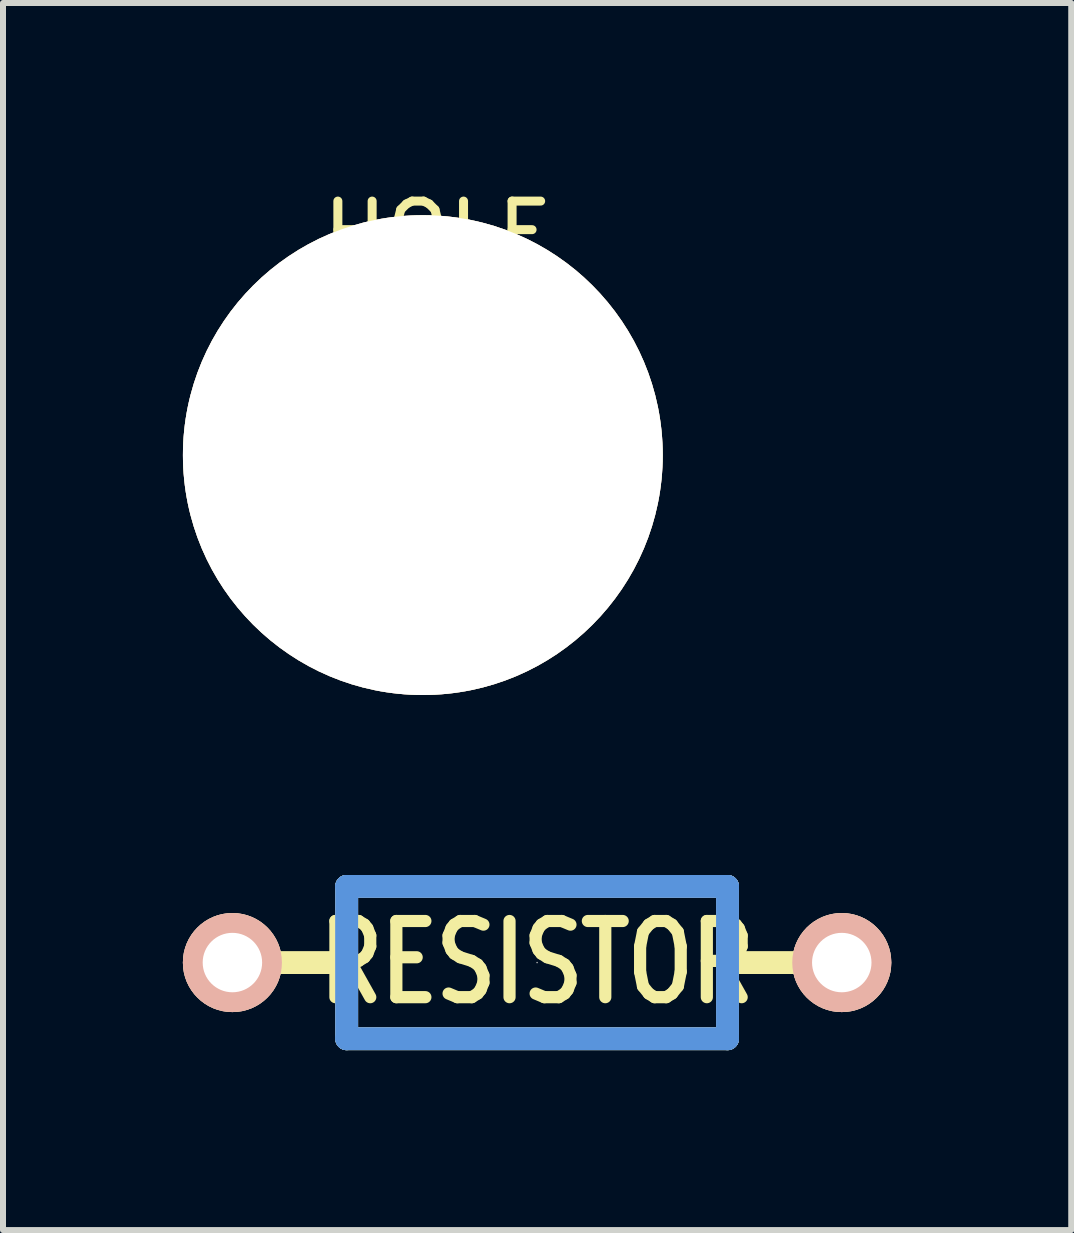
<source format=kicad_pcb>
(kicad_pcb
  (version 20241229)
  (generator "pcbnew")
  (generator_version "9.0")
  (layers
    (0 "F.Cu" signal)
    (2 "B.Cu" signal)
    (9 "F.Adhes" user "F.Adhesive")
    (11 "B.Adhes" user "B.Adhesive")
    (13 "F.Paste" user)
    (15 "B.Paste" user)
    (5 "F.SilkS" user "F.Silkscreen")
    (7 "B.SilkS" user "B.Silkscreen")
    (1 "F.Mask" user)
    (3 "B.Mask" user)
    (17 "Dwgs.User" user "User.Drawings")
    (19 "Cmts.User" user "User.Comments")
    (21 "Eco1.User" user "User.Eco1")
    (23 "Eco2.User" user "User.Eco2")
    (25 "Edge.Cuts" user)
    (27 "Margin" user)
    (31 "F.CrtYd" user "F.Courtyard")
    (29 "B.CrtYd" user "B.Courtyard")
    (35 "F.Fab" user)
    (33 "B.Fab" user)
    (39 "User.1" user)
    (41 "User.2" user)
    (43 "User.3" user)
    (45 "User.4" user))
  (footprint "RESISTOR"
    (layer "F.Cu")
    (at 5.905 12.999)
    (property "Reference" "RESISTOR" (at 0 0 0) (layer "F.SilkS") (effects (font (size 1.27 1.016) (thickness 0.203))))
    (attr through_hole)
    (fp_line (start -5.08 0) (end -3.175 0) (stroke (width 0.381) (type solid)) (layer "F.SilkS"))
    (fp_line (start -3.175 -1.27) (end 3.175 -1.27) (stroke (width 0.381) (type solid)) (layer "F.SilkS"))
    (fp_line (start -3.175 1.27) (end -3.175 -1.27) (stroke (width 0.381) (type solid)) (layer "F.SilkS"))
    (fp_line (start 3.175 -1.27) (end 3.175 1.27) (stroke (width 0.381) (type solid)) (layer "F.SilkS"))
    (fp_line (start 3.175 1.27) (end -3.175 1.27) (stroke (width 0.381) (type solid)) (layer "F.SilkS"))
    (fp_line (start 5.08 0) (end 3.175 0) (stroke (width 0.381) (type solid)) (layer "F.SilkS"))
    (fp_line (start -3.175 -1.27) (end 3.175 -1.27) (stroke (width 0.381) (type solid)) (layer "Dwgs.User"))
    (fp_line (start -3.175 1.27) (end -3.175 -1.27) (stroke (width 0.381) (type solid)) (layer "Dwgs.User"))
    (fp_line (start 0 0) (end 0 0) (stroke (width 0.025) (type solid)) (layer "Dwgs.User"))
    (fp_line (start 3.175 -1.27) (end 3.175 1.27) (stroke (width 0.381) (type solid)) (layer "Dwgs.User"))
    (fp_line (start 3.175 1.27) (end -3.175 1.27) (stroke (width 0.381) (type solid)) (layer "Dwgs.User"))
    (fp_line (start -3.175 -1.27) (end 3.175 -1.27) (stroke (width 0.381) (type solid)) (layer "Cmts.User"))
    (fp_line (start -3.175 1.27) (end -3.175 -1.27) (stroke (width 0.381) (type solid)) (layer "Cmts.User"))
    (fp_line (start 3.175 -1.27) (end 3.175 1.27) (stroke (width 0.381) (type solid)) (layer "Cmts.User"))
    (fp_line (start 3.175 1.27) (end -3.175 1.27) (stroke (width 0.381) (type solid)) (layer "Cmts.User"))
    (pad "1" thru_hole circle (at -5.08 0) (size 1.651 1.651) (drill 0.991) (layers "*.Cu" "*.SilkS" "*.Mask"))
    (pad "2" thru_hole circle (at 5.08 0) (size 1.651 1.651) (drill 0.991) (layers "*.Cu" "*.SilkS" "*.Mask")))
  (footprint "HOLE"
    (layer "F.Cu")
    (at 5.65 5.238)
    (property "Reference" "HOLE" (at -1.4 -4.39 0) (layer "F.SilkS") (effects (font (size 1 1) (thickness 0.15))))
    (attr through_hole)
    (fp_circle (center -1.65 -0.7) (end 0.85 1.94) (stroke (width 0.15) (type solid)) (fill no) (layer "F.SilkS"))
    (pad "" thru_hole circle (at -1.65 -0.7) (size 8 8) (drill 8) (layers "*.Cu" "*.Mask" "F.SilkS")))
  (gr_rect
    (start -3 -3)
    (end 14.811 17.459)
    (stroke (width 0.1) (type default))
    (fill no)
    (layer "Edge.Cuts")))
</source>
